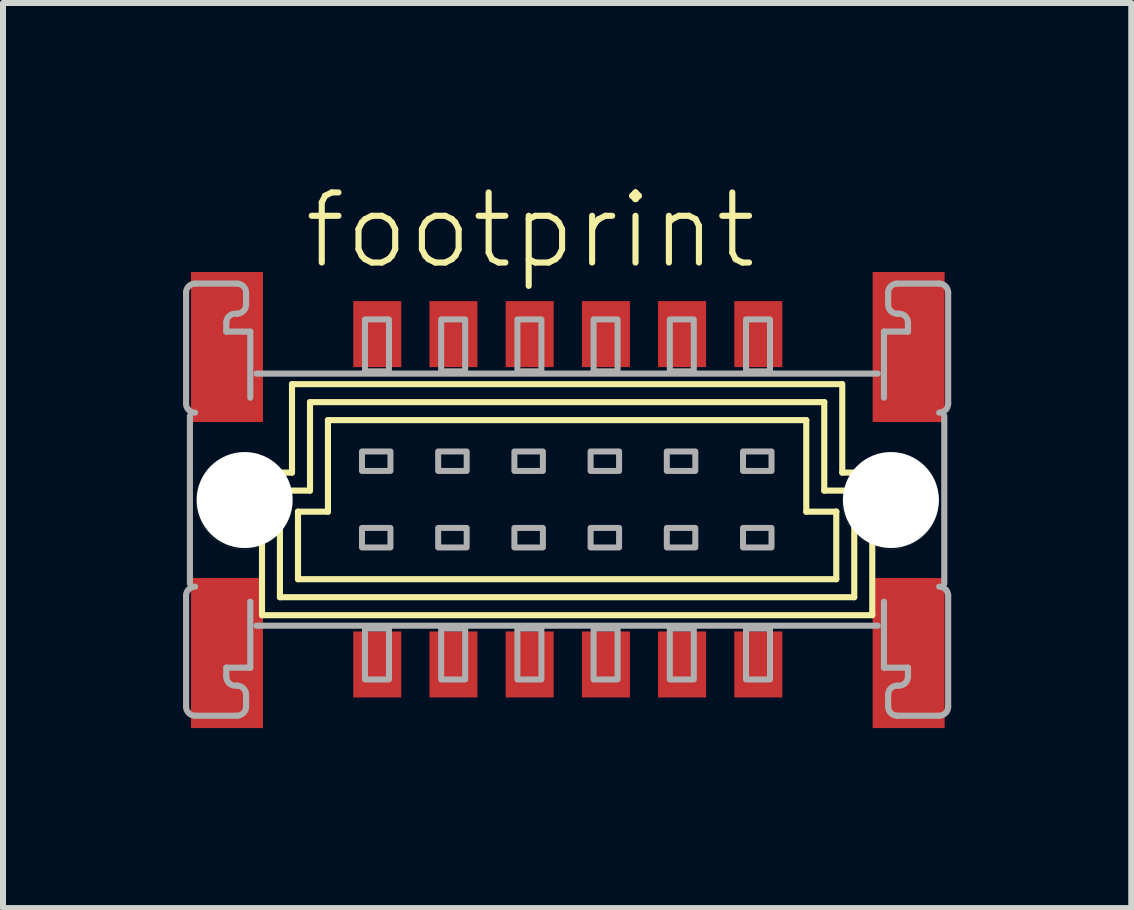
<source format=kicad_pcb>
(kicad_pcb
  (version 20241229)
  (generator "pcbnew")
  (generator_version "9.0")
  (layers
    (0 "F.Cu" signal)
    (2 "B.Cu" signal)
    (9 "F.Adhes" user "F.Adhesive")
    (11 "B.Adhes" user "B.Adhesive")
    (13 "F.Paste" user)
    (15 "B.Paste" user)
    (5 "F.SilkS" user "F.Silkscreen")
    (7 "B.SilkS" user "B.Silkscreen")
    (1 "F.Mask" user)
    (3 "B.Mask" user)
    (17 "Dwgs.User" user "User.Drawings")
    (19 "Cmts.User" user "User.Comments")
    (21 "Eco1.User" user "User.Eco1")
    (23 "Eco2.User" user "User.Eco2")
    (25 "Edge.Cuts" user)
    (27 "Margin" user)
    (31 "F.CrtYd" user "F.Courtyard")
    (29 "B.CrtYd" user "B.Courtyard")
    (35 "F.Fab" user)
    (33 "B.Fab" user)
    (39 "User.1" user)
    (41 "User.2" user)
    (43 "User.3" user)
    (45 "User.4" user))
  (footprint "footprint"
    (layer "F.Cu")
    (at 6.412 5.283)
    (property "Reference" "footprint" (at -4.445 -3.81 0) (layer "F.SilkS") (effects (font (size 1.168 1.168) (thickness 0.102)) (justify left bottom)))
    (fp_line (start -5.096 1.919) (end -5.096 -0.457) (stroke (width 0.102) (type solid)) (layer "F.SilkS"))
    (fp_line (start -4.797 1.619) (end -4.797 -0.157) (stroke (width 0.102) (type solid)) (layer "F.SilkS"))
    (fp_line (start -4.797 1.619) (end 4.774 1.619) (stroke (width 0.102) (type solid)) (layer "F.SilkS"))
    (fp_line (start -4.597 -0.457) (end -5.097 -0.457) (stroke (width 0.102) (type solid)) (layer "F.SilkS"))
    (fp_line (start -4.596 -0.457) (end -4.596 -1.931) (stroke (width 0.102) (type solid)) (layer "F.SilkS"))
    (fp_line (start -4.496 1.319) (end -4.496 0.194) (stroke (width 0.102) (type solid)) (layer "F.SilkS"))
    (fp_line (start -4.297 -0.157) (end -4.797 -0.157) (stroke (width 0.102) (type solid)) (layer "F.SilkS"))
    (fp_line (start -4.296 -0.157) (end -4.296 -1.631) (stroke (width 0.102) (type solid)) (layer "F.SilkS"))
    (fp_line (start -3.997 -1.332) (end -3.997 0.194) (stroke (width 0.102) (type solid)) (layer "F.SilkS"))
    (fp_line (start -3.997 0.194) (end -4.497 0.194) (stroke (width 0.102) (type solid)) (layer "F.SilkS"))
    (fp_line (start 3.974 0.194) (end 3.974 -1.331) (stroke (width 0.102) (type solid)) (layer "F.SilkS"))
    (fp_line (start 3.974 -1.332) (end -3.997 -1.332) (stroke (width 0.102) (type solid)) (layer "F.SilkS"))
    (fp_line (start 4.274 -1.632) (end -4.297 -1.632) (stroke (width 0.102) (type solid)) (layer "F.SilkS"))
    (fp_line (start 4.274 -0.157) (end 4.274 -1.632) (stroke (width 0.102) (type solid)) (layer "F.SilkS"))
    (fp_line (start 4.474 0.194) (end 3.974 0.194) (stroke (width 0.102) (type solid)) (layer "F.SilkS"))
    (fp_line (start 4.474 1.319) (end -4.496 1.319) (stroke (width 0.102) (type solid)) (layer "F.SilkS"))
    (fp_line (start 4.474 1.319) (end 4.474 0.194) (stroke (width 0.102) (type solid)) (layer "F.SilkS"))
    (fp_line (start 4.474 0.194) (end 4.474 0.194) (stroke (width 0.102) (type solid)) (layer "F.SilkS"))
    (fp_line (start 4.569 -1.931) (end -4.596 -1.931) (stroke (width 0.102) (type solid)) (layer "F.SilkS"))
    (fp_line (start 4.574 -0.457) (end 4.574 -1.932) (stroke (width 0.102) (type solid)) (layer "F.SilkS"))
    (fp_line (start 4.774 -0.157) (end 4.274 -0.157) (stroke (width 0.102) (type solid)) (layer "F.SilkS"))
    (fp_line (start 4.774 1.619) (end 4.774 -0.157) (stroke (width 0.102) (type solid)) (layer "F.SilkS"))
    (fp_line (start 5.074 1.919) (end -5.096 1.919) (stroke (width 0.102) (type solid)) (layer "F.SilkS"))
    (fp_line (start 5.074 1.919) (end 5.074 -0.457) (stroke (width 0.102) (type solid)) (layer "F.SilkS"))
    (fp_line (start 5.074 -0.457) (end 4.574 -0.457) (stroke (width 0.102) (type solid)) (layer "F.SilkS"))
    (fp_circle (center -5.396 0.022) (end -4.596 0.022) (stroke (width 0.001) (type solid)) (fill no) (layer "F.SilkS"))
    (fp_circle (center 5.373 0.022) (end 6.173 0.022) (stroke (width 0.001) (type solid)) (fill no) (layer "F.SilkS"))
    (fp_line (start -6.361 -1.607) (end -6.361 -3.457) (stroke (width 0.102) (type solid)) (layer "F.Fab"))
    (fp_line (start -6.361 1.593) (end -6.361 3.443) (stroke (width 0.102) (type solid)) (layer "F.Fab"))
    (fp_line (start -6.297 -1.407) (end -6.297 1.394) (stroke (width 0.102) (type solid)) (layer "F.Fab"))
    (fp_line (start -6.211 -3.607) (end -5.511 -3.607) (stroke (width 0.102) (type solid)) (layer "F.Fab"))
    (fp_line (start -6.211 3.594) (end -5.511 3.594) (stroke (width 0.102) (type solid)) (layer "F.Fab"))
    (fp_line (start -5.691 -2.957) (end -5.691 -2.807) (stroke (width 0.102) (type solid)) (layer "F.Fab"))
    (fp_line (start -5.691 2.943) (end -5.691 2.793) (stroke (width 0.102) (type solid)) (layer "F.Fab"))
    (fp_line (start -5.361 -3.457) (end -5.361 -3.256) (stroke (width 0.102) (type solid)) (layer "F.Fab"))
    (fp_line (start -5.361 3.443) (end -5.361 3.244) (stroke (width 0.102) (type solid)) (layer "F.Fab"))
    (fp_line (start -5.291 -2.807) (end -5.691 -2.807) (stroke (width 0.102) (type solid)) (layer "F.Fab"))
    (fp_line (start -5.291 -2.807) (end -5.291 -1.706) (stroke (width 0.102) (type solid)) (layer "F.Fab"))
    (fp_line (start -5.291 1.694) (end -5.291 2.793) (stroke (width 0.102) (type solid)) (layer "F.Fab"))
    (fp_line (start -5.291 2.793) (end -5.691 2.793) (stroke (width 0.102) (type solid)) (layer "F.Fab"))
    (fp_line (start -5.187 2.094) (end 5.164 2.094) (stroke (width 0.102) (type solid)) (layer "F.Fab"))
    (fp_line (start 5.164 -2.107) (end -5.187 -2.107) (stroke (width 0.102) (type solid)) (layer "F.Fab"))
    (fp_line (start 5.269 -2.807) (end 5.669 -2.807) (stroke (width 0.102) (type solid)) (layer "F.Fab"))
    (fp_line (start 5.269 -1.706) (end 5.269 -2.807) (stroke (width 0.102) (type solid)) (layer "F.Fab"))
    (fp_line (start 5.269 2.793) (end 5.269 1.694) (stroke (width 0.102) (type solid)) (layer "F.Fab"))
    (fp_line (start 5.269 2.793) (end 5.669 2.793) (stroke (width 0.102) (type solid)) (layer "F.Fab"))
    (fp_line (start 5.339 -3.457) (end 5.339 -3.256) (stroke (width 0.102) (type solid)) (layer "F.Fab"))
    (fp_line (start 5.339 3.443) (end 5.339 3.244) (stroke (width 0.102) (type solid)) (layer "F.Fab"))
    (fp_line (start 5.669 -2.957) (end 5.669 -2.807) (stroke (width 0.102) (type solid)) (layer "F.Fab"))
    (fp_line (start 5.669 2.943) (end 5.669 2.793) (stroke (width 0.102) (type solid)) (layer "F.Fab"))
    (fp_line (start 6.189 -3.607) (end 5.489 -3.607) (stroke (width 0.102) (type solid)) (layer "F.Fab"))
    (fp_line (start 6.189 3.594) (end 5.489 3.594) (stroke (width 0.102) (type solid)) (layer "F.Fab"))
    (fp_line (start 6.274 -1.407) (end 6.274 1.394) (stroke (width 0.102) (type solid)) (layer "F.Fab"))
    (fp_line (start 6.339 -1.607) (end 6.339 -3.457) (stroke (width 0.102) (type solid)) (layer "F.Fab"))
    (fp_line (start 6.339 1.593) (end 6.339 3.443) (stroke (width 0.102) (type solid)) (layer "F.Fab"))
    (fp_arc (start -6.3612 -3.4565) (mid -6.317266 -3.562566) (end -6.2112 -3.6065) (stroke (width 0.1016) (type solid)) (layer "F.Fab"))
    (fp_arc (start -6.3612 1.5935) (mid -6.317266 1.487434) (end -6.2112 1.4435) (stroke (width 0.1016) (type solid)) (layer "F.Fab"))
    (fp_arc (start -6.2112 -1.4565) (mid -6.317266 -1.500434) (end -6.3612 -1.6065) (stroke (width 0.1016) (type solid)) (layer "F.Fab"))
    (fp_arc (start -6.2112 3.5935) (mid -6.317266 3.549566) (end -6.3612 3.4435) (stroke (width 0.1016) (type solid)) (layer "F.Fab"))
    (fp_arc (start -5.6912 -2.9565) (mid -5.636396 -3.072609) (end -5.5118 -3.1036) (stroke (width 0.1016) (type solid)) (layer "F.Fab"))
    (fp_arc (start -5.5118 3.0906) (mid -5.636336 3.059535) (end -5.6912 2.9435) (stroke (width 0.1016) (type solid)) (layer "F.Fab"))
    (fp_arc (start -5.5113 -3.6065) (mid -5.405234 -3.562566) (end -5.3613 -3.4565) (stroke (width 0.1016) (type solid)) (layer "F.Fab"))
    (fp_arc (start -5.5113 3.0935) (mid -5.405234 3.137434) (end -5.3613 3.2435) (stroke (width 0.1016) (type solid)) (layer "F.Fab"))
    (fp_arc (start -5.3613 -3.2565) (mid -5.405234 -3.150434) (end -5.5113 -3.1065) (stroke (width 0.1016) (type solid)) (layer "F.Fab"))
    (fp_arc (start -5.3613 3.4435) (mid -5.405234 3.549566) (end -5.5113 3.5935) (stroke (width 0.1016) (type solid)) (layer "F.Fab"))
    (fp_arc (start 5.3388 -3.4565) (mid 5.382734 -3.562566) (end 5.4888 -3.6065) (stroke (width 0.1016) (type solid)) (layer "F.Fab"))
    (fp_arc (start 5.3388 3.2435) (mid 5.382734 3.137434) (end 5.4888 3.0935) (stroke (width 0.1016) (type solid)) (layer "F.Fab"))
    (fp_arc (start 5.4888 -3.1065) (mid 5.382734 -3.150434) (end 5.3388 -3.2565) (stroke (width 0.1016) (type solid)) (layer "F.Fab"))
    (fp_arc (start 5.4888 3.5935) (mid 5.382734 3.549566) (end 5.3388 3.4435) (stroke (width 0.1016) (type solid)) (layer "F.Fab"))
    (fp_arc (start 5.489298 -3.1036) (mid 5.613898 -3.072575) (end 5.6688 -2.9565) (stroke (width 0.1016) (type solid)) (layer "F.Fab"))
    (fp_arc (start 5.6688 2.943498) (mid 5.613899 3.059573) (end 5.4893 3.0906) (stroke (width 0.1016) (type solid)) (layer "F.Fab"))
    (fp_arc (start 6.1888 -3.6065) (mid 6.294866 -3.562566) (end 6.3388 -3.4565) (stroke (width 0.1016) (type solid)) (layer "F.Fab"))
    (fp_arc (start 6.1888 1.4435) (mid 6.294866 1.487434) (end 6.3388 1.5935) (stroke (width 0.1016) (type solid)) (layer "F.Fab"))
    (fp_arc (start 6.3388 -1.6065) (mid 6.294866 -1.500434) (end 6.1888 -1.4565) (stroke (width 0.1016) (type solid)) (layer "F.Fab"))
    (fp_arc (start 6.3388 3.4435) (mid 6.294866 3.549566) (end 6.1888 3.5935) (stroke (width 0.1016) (type solid)) (layer "F.Fab"))
    (fp_poly (pts (xy -2.98 -3.01) (xy -3.38 -3.01) (xy -3.38 -2.145) (xy -2.98 -2.145)) (stroke (width 0.1) (type solid)) (fill no) (layer "F.Fab"))
    (fp_poly (pts (xy -2.98 2.14) (xy -3.38 2.14) (xy -3.38 2.99) (xy -2.98 2.99)) (stroke (width 0.1) (type solid)) (fill no) (layer "F.Fab"))
    (fp_poly (pts (xy -2.955 -0.81) (xy -3.43 -0.81) (xy -3.43 -0.485) (xy -2.955 -0.485)) (stroke (width 0.1) (type solid)) (fill no) (layer "F.Fab"))
    (fp_poly (pts (xy -2.955 0.465) (xy -3.43 0.465) (xy -3.43 0.79) (xy -2.955 0.79)) (stroke (width 0.1) (type solid)) (fill no) (layer "F.Fab"))
    (fp_poly (pts (xy -1.71 -3.01) (xy -2.11 -3.01) (xy -2.11 -2.145) (xy -1.71 -2.145)) (stroke (width 0.1) (type solid)) (fill no) (layer "F.Fab"))
    (fp_poly (pts (xy -1.71 2.14) (xy -2.11 2.14) (xy -2.11 2.99) (xy -1.71 2.99)) (stroke (width 0.1) (type solid)) (fill no) (layer "F.Fab"))
    (fp_poly (pts (xy -1.685 -0.81) (xy -2.16 -0.81) (xy -2.16 -0.485) (xy -1.685 -0.485)) (stroke (width 0.1) (type solid)) (fill no) (layer "F.Fab"))
    (fp_poly (pts (xy -1.685 0.465) (xy -2.16 0.465) (xy -2.16 0.79) (xy -1.685 0.79)) (stroke (width 0.1) (type solid)) (fill no) (layer "F.Fab"))
    (fp_poly (pts (xy -0.44 -3.01) (xy -0.84 -3.01) (xy -0.84 -2.145) (xy -0.44 -2.145)) (stroke (width 0.1) (type solid)) (fill no) (layer "F.Fab"))
    (fp_poly (pts (xy -0.44 2.14) (xy -0.84 2.14) (xy -0.84 2.99) (xy -0.44 2.99)) (stroke (width 0.1) (type solid)) (fill no) (layer "F.Fab"))
    (fp_poly (pts (xy -0.415 -0.81) (xy -0.89 -0.81) (xy -0.89 -0.485) (xy -0.415 -0.485)) (stroke (width 0.1) (type solid)) (fill no) (layer "F.Fab"))
    (fp_poly (pts (xy -0.415 0.465) (xy -0.89 0.465) (xy -0.89 0.79) (xy -0.415 0.79)) (stroke (width 0.1) (type solid)) (fill no) (layer "F.Fab"))
    (fp_poly (pts (xy 0.83 -3.01) (xy 0.43 -3.01) (xy 0.43 -2.145) (xy 0.83 -2.145)) (stroke (width 0.1) (type solid)) (fill no) (layer "F.Fab"))
    (fp_poly (pts (xy 0.83 2.14) (xy 0.43 2.14) (xy 0.43 2.99) (xy 0.83 2.99)) (stroke (width 0.1) (type solid)) (fill no) (layer "F.Fab"))
    (fp_poly (pts (xy 0.855 -0.81) (xy 0.38 -0.81) (xy 0.38 -0.485) (xy 0.855 -0.485)) (stroke (width 0.1) (type solid)) (fill no) (layer "F.Fab"))
    (fp_poly (pts (xy 0.855 0.465) (xy 0.38 0.465) (xy 0.38 0.79) (xy 0.855 0.79)) (stroke (width 0.1) (type solid)) (fill no) (layer "F.Fab"))
    (fp_poly (pts (xy 2.1 -3.01) (xy 1.7 -3.01) (xy 1.7 -2.145) (xy 2.1 -2.145)) (stroke (width 0.1) (type solid)) (fill no) (layer "F.Fab"))
    (fp_poly (pts (xy 2.1 2.14) (xy 1.7 2.14) (xy 1.7 2.99) (xy 2.1 2.99)) (stroke (width 0.1) (type solid)) (fill no) (layer "F.Fab"))
    (fp_poly (pts (xy 2.125 -0.81) (xy 1.65 -0.81) (xy 1.65 -0.485) (xy 2.125 -0.485)) (stroke (width 0.1) (type solid)) (fill no) (layer "F.Fab"))
    (fp_poly (pts (xy 2.125 0.465) (xy 1.65 0.465) (xy 1.65 0.79) (xy 2.125 0.79)) (stroke (width 0.1) (type solid)) (fill no) (layer "F.Fab"))
    (fp_poly (pts (xy 3.37 -3.01) (xy 2.97 -3.01) (xy 2.97 -2.145) (xy 3.37 -2.145)) (stroke (width 0.1) (type solid)) (fill no) (layer "F.Fab"))
    (fp_poly (pts (xy 3.37 2.14) (xy 2.97 2.14) (xy 2.97 2.99) (xy 3.37 2.99)) (stroke (width 0.1) (type solid)) (fill no) (layer "F.Fab"))
    (fp_poly (pts (xy 3.395 -0.81) (xy 2.92 -0.81) (xy 2.92 -0.485) (xy 3.395 -0.485)) (stroke (width 0.1) (type solid)) (fill no) (layer "F.Fab"))
    (fp_poly (pts (xy 3.395 0.465) (xy 2.92 0.465) (xy 2.92 0.79) (xy 3.395 0.79)) (stroke (width 0.1) (type solid)) (fill no) (layer "F.Fab"))
    (pad "" np_thru_hole circle (at -5.385 0) (size 1.6 1.6) (drill 1.6) (layers "*.Cu" "*.Mask"))
    (pad "" np_thru_hole circle (at 5.385 0) (size 1.6 1.6) (drill 1.6) (layers "*.Cu" "*.Mask"))
    (pad "A1" smd rect (at -3.175 -2.765 180) (size 0.8 1.1) (layers "F.Cu" "F.Mask" "F.Paste"))
    (pad "A2" smd rect (at -1.905 -2.765 180) (size 0.8 1.1) (layers "F.Cu" "F.Mask" "F.Paste"))
    (pad "A3" smd rect (at -0.635 -2.765 180) (size 0.8 1.1) (layers "F.Cu" "F.Mask" "F.Paste"))
    (pad "A4" smd rect (at 0.635 -2.765 180) (size 0.8 1.1) (layers "F.Cu" "F.Mask" "F.Paste"))
    (pad "A5" smd rect (at 1.905 -2.765 180) (size 0.8 1.1) (layers "F.Cu" "F.Mask" "F.Paste"))
    (pad "A6" smd rect (at 3.175 -2.765 180) (size 0.8 1.1) (layers "F.Cu" "F.Mask" "F.Paste"))
    (pad "B1" smd rect (at -3.175 2.74 180) (size 0.8 1.1) (layers "F.Cu" "F.Mask" "F.Paste"))
    (pad "B2" smd rect (at -1.905 2.74 180) (size 0.8 1.1) (layers "F.Cu" "F.Mask" "F.Paste"))
    (pad "B3" smd rect (at -0.635 2.74 180) (size 0.8 1.1) (layers "F.Cu" "F.Mask" "F.Paste"))
    (pad "B4" smd rect (at 0.635 2.74 180) (size 0.8 1.1) (layers "F.Cu" "F.Mask" "F.Paste"))
    (pad "B5" smd rect (at 1.905 2.74 180) (size 0.8 1.1) (layers "F.Cu" "F.Mask" "F.Paste"))
    (pad "B6" smd rect (at 3.175 2.74 180) (size 0.8 1.1) (layers "F.Cu" "F.Mask" "F.Paste"))
    (pad "M1" smd rect (at -5.68 -2.55 180) (size 1.2 2.5) (layers "F.Cu" "F.Mask" "F.Paste"))
    (pad "M2" smd rect (at -5.68 2.55 180) (size 1.2 2.5) (layers "F.Cu" "F.Mask" "F.Paste"))
    (pad "M3" smd rect (at 5.68 2.55) (size 1.2 2.5) (layers "F.Cu" "F.Mask" "F.Paste"))
    (pad "M4" smd rect (at 5.68 -2.55) (size 1.2 2.5) (layers "F.Cu" "F.Mask" "F.Paste")))
  (gr_rect
    (start -3 -3)
    (end 15.802 12.083)
    (stroke (width 0.1) (type default))
    (fill no)
    (layer "Edge.Cuts")))
</source>
